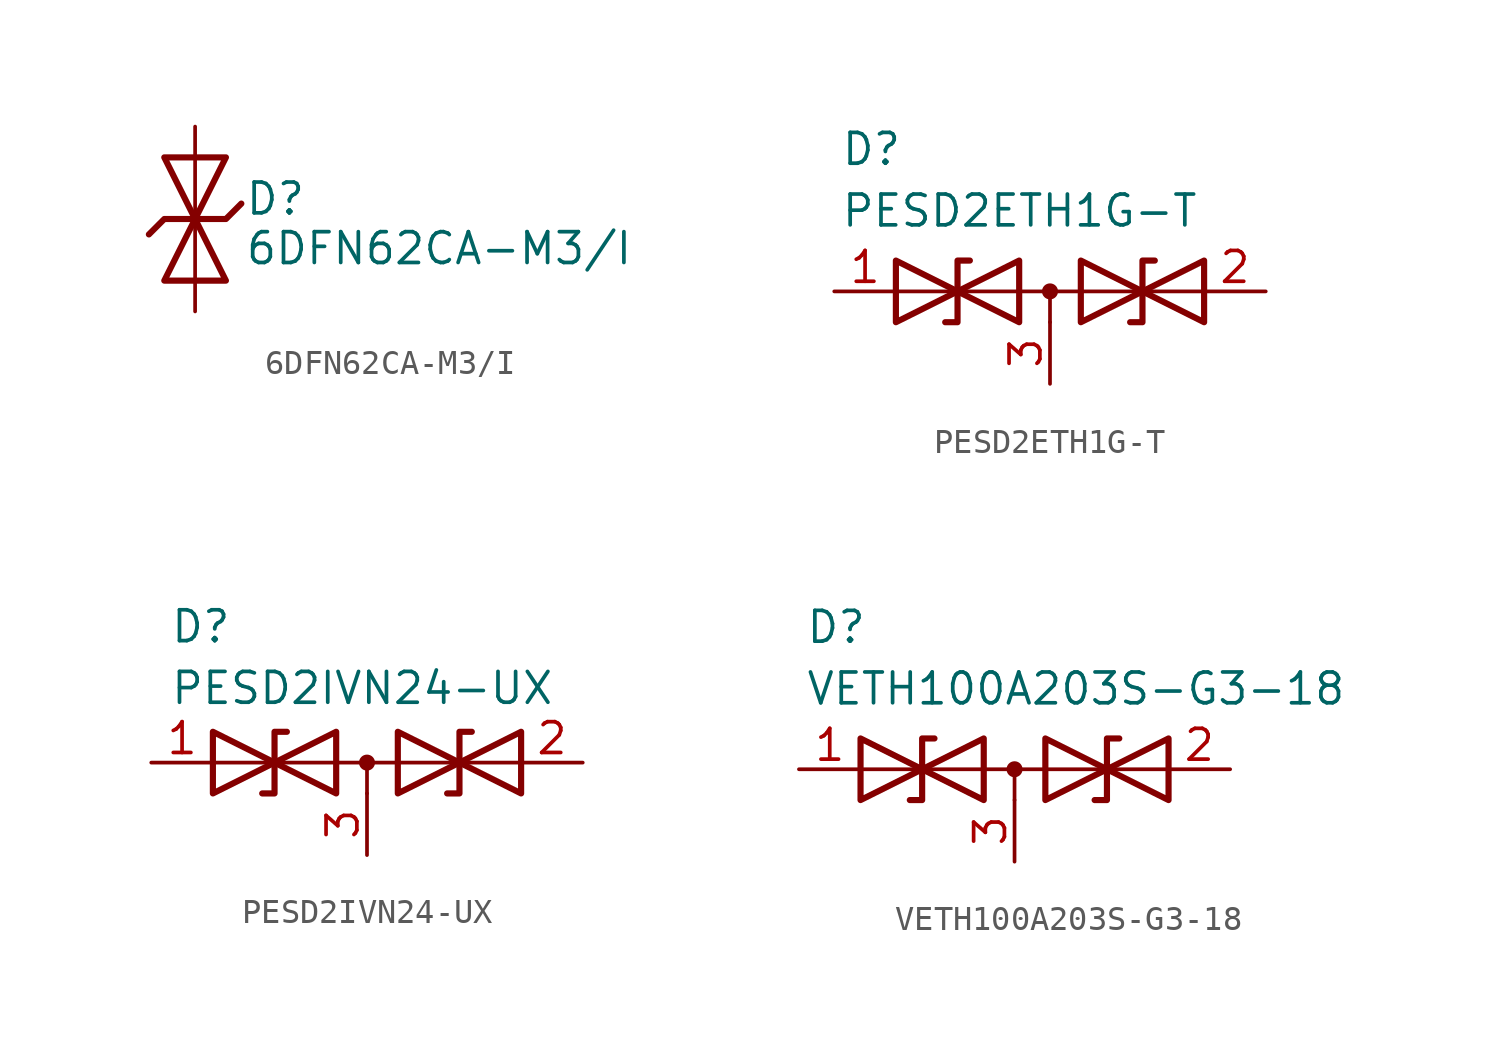
<source format=kicad_sym>
(kicad_symbol_lib
  (version 20231120)
  (generator "kicad_symbol_editor")
  (generator_version "8.0")
  (symbol "6DFN62CA-M3/I"
    (pin_numbers hide)
    (pin_names
      (offset 0))
    (property "Reference" "D"
      (at 2.032 0.834 0)
      (effects (font (size 1.27 1.27)) (justify left)))
    (property "Value" "6DFN62CA-M3/I"
      (at 2.032 -1.212 0)
      (effects (font (size 1.27 1.27)) (justify left)))
    (symbol "6DFN62CA-M3/I_0_1"
      (polyline (pts (xy -1.905 -0.635) (xy -1.27 0) (xy 1.27 0) (xy 1.905 0.635)) (stroke (width 0.254) (type default)) (fill (type none)))
      (polyline (pts (xy -1.27 2.54) (xy 0 0) (xy 1.27 2.54) (xy -1.27 2.54)) (stroke (width 0.254) (type default)) (fill (type none)))
      (polyline (pts (xy 1.27 -2.54) (xy 0 0) (xy -1.27 -2.54) (xy 1.27 -2.54)) (stroke (width 0.254) (type default)) (fill (type none))))
    (symbol "6DFN62CA-M3/I_1_1"
      (pin passive line (at 0 -3.81 90) (length 3.81) (name "~" (effects (font (size 1.27 1.27)))) (number "1" (effects (font (size 1.27 1.27)))))
      (pin passive line (at 0 3.81 270) (length 3.81) (name "~" (effects (font (size 1.27 1.27)))) (number "2" (effects (font (size 1.27 1.27)))))))
  (symbol "PESD2ETH1G-T"
    (pin_names hide)
    (property "Reference" "D"
      (at 0.254 6.604 0)
      (effects (font (size 1.27 1.27)) (justify left top)))
    (property "Value" "PESD2ETH1G-T"
      (at 0.254 4.064 0)
      (effects (font (size 1.27 1.27)) (justify left top)))
    (symbol "PESD2ETH1G-T_0_0"
      (polyline (pts (xy 8.89 -1.27) (xy 8.89 0)) (stroke (width 0) (type default)) (fill (type none))))
    (symbol "PESD2ETH1G-T_0_1"
      (polyline (pts (xy 2.54 0) (xy 15.24 0)) (stroke (width 0) (type default)) (fill (type none)))
      (polyline (pts (xy 5.588 1.27) (xy 5.08 1.27) (xy 5.08 -1.27) (xy 4.572 -1.27)) (stroke (width 0.254) (type default)) (fill (type none)))
      (polyline (pts (xy 13.208 1.27) (xy 12.7 1.27) (xy 12.7 -1.27) (xy 12.192 -1.27)) (stroke (width 0.254) (type default)) (fill (type none)))
      (polyline (pts (xy 2.54 1.27) (xy 7.62 -1.27) (xy 7.62 1.27) (xy 2.54 -1.27) (xy 2.54 1.27)) (stroke (width 0.254) (type default)) (fill (type none)))
      (polyline (pts (xy 15.24 1.27) (xy 10.16 -1.27) (xy 10.16 1.27) (xy 15.24 -1.27) (xy 15.24 1.27)) (stroke (width 0.254) (type default)) (fill (type none)))
      (circle (center 8.89 0) (radius 0.254) (stroke (width 0) (type default)) (fill (type outline))))
    (symbol "PESD2ETH1G-T_1_1"
      (pin passive line (at 0 0 0) (length 2.54) (name "A1" (effects (font (size 1.27 1.27)))) (number "1" (effects (font (size 1.27 1.27)))))
      (pin passive line (at 17.78 0 180) (length 2.54) (name "A2" (effects (font (size 1.27 1.27)))) (number "2" (effects (font (size 1.27 1.27)))))
      (pin passive line (at 8.89 -3.81 90) (length 2.54) (name "common" (effects (font (size 1.27 1.27)))) (number "3" (effects (font (size 1.27 1.27)))))))
  (symbol "PESD2IVN24-UX"
    (pin_names hide)
    (property "Reference" "D"
      (at 0.762 6.35 0)
      (effects (font (size 1.27 1.27)) (justify left top)))
    (property "Value" "PESD2IVN24-UX"
      (at 0.762 3.81 0)
      (effects (font (size 1.27 1.27)) (justify left top)))
    (symbol "PESD2IVN24-UX_0_0"
      (polyline (pts (xy 8.89 -1.27) (xy 8.89 0)) (stroke (width 0) (type default)) (fill (type none))))
    (symbol "PESD2IVN24-UX_0_1"
      (polyline (pts (xy 2.54 0) (xy 15.24 0)) (stroke (width 0) (type default)) (fill (type none)))
      (polyline (pts (xy 5.588 1.27) (xy 5.08 1.27) (xy 5.08 -1.27) (xy 4.572 -1.27)) (stroke (width 0.254) (type default)) (fill (type none)))
      (polyline (pts (xy 13.208 1.27) (xy 12.7 1.27) (xy 12.7 -1.27) (xy 12.192 -1.27)) (stroke (width 0.254) (type default)) (fill (type none)))
      (polyline (pts (xy 2.54 1.27) (xy 7.62 -1.27) (xy 7.62 1.27) (xy 2.54 -1.27) (xy 2.54 1.27)) (stroke (width 0.254) (type default)) (fill (type none)))
      (polyline (pts (xy 15.24 1.27) (xy 10.16 -1.27) (xy 10.16 1.27) (xy 15.24 -1.27) (xy 15.24 1.27)) (stroke (width 0.254) (type default)) (fill (type none)))
      (circle (center 8.89 0) (radius 0.254) (stroke (width 0) (type default)) (fill (type outline))))
    (symbol "PESD2IVN24-UX_1_1"
      (pin passive line (at 0 0 0) (length 2.54) (name "A1" (effects (font (size 1.27 1.27)))) (number "1" (effects (font (size 1.27 1.27)))))
      (pin passive line (at 17.78 0 180) (length 2.54) (name "A2" (effects (font (size 1.27 1.27)))) (number "2" (effects (font (size 1.27 1.27)))))
      (pin passive line (at 8.89 -3.81 90) (length 2.54) (name "common" (effects (font (size 1.27 1.27)))) (number "3" (effects (font (size 1.27 1.27)))))))
  (symbol "VETH100A203S-G3-18"
    (pin_names hide)
    (property "Reference" "D"
      (at 0.254 6.604 0)
      (effects (font (size 1.27 1.27)) (justify left top)))
    (property "Value" "VETH100A203S-G3-18"
      (at 0.254 4.064 0)
      (effects (font (size 1.27 1.27)) (justify left top)))
    (symbol "VETH100A203S-G3-18_0_0"
      (polyline (pts (xy 8.89 -1.27) (xy 8.89 0)) (stroke (width 0) (type default)) (fill (type none))))
    (symbol "VETH100A203S-G3-18_0_1"
      (polyline (pts (xy 2.54 0) (xy 15.24 0)) (stroke (width 0) (type default)) (fill (type none)))
      (polyline (pts (xy 5.588 1.27) (xy 5.08 1.27) (xy 5.08 -1.27) (xy 4.572 -1.27)) (stroke (width 0.254) (type default)) (fill (type none)))
      (polyline (pts (xy 13.208 1.27) (xy 12.7 1.27) (xy 12.7 -1.27) (xy 12.192 -1.27)) (stroke (width 0.254) (type default)) (fill (type none)))
      (polyline (pts (xy 2.54 1.27) (xy 7.62 -1.27) (xy 7.62 1.27) (xy 2.54 -1.27) (xy 2.54 1.27)) (stroke (width 0.254) (type default)) (fill (type none)))
      (polyline (pts (xy 15.24 1.27) (xy 10.16 -1.27) (xy 10.16 1.27) (xy 15.24 -1.27) (xy 15.24 1.27)) (stroke (width 0.254) (type default)) (fill (type none)))
      (circle (center 8.89 0) (radius 0.254) (stroke (width 0) (type default)) (fill (type outline))))
    (symbol "VETH100A203S-G3-18_1_1"
      (pin passive line (at 0 0 0) (length 2.54) (name "A1" (effects (font (size 1.27 1.27)))) (number "1" (effects (font (size 1.27 1.27)))))
      (pin passive line (at 17.78 0 180) (length 2.54) (name "A2" (effects (font (size 1.27 1.27)))) (number "2" (effects (font (size 1.27 1.27)))))
      (pin passive line (at 8.89 -3.81 90) (length 2.54) (name "common" (effects (font (size 1.27 1.27)))) (number "3" (effects (font (size 1.27 1.27))))))))
</source>
